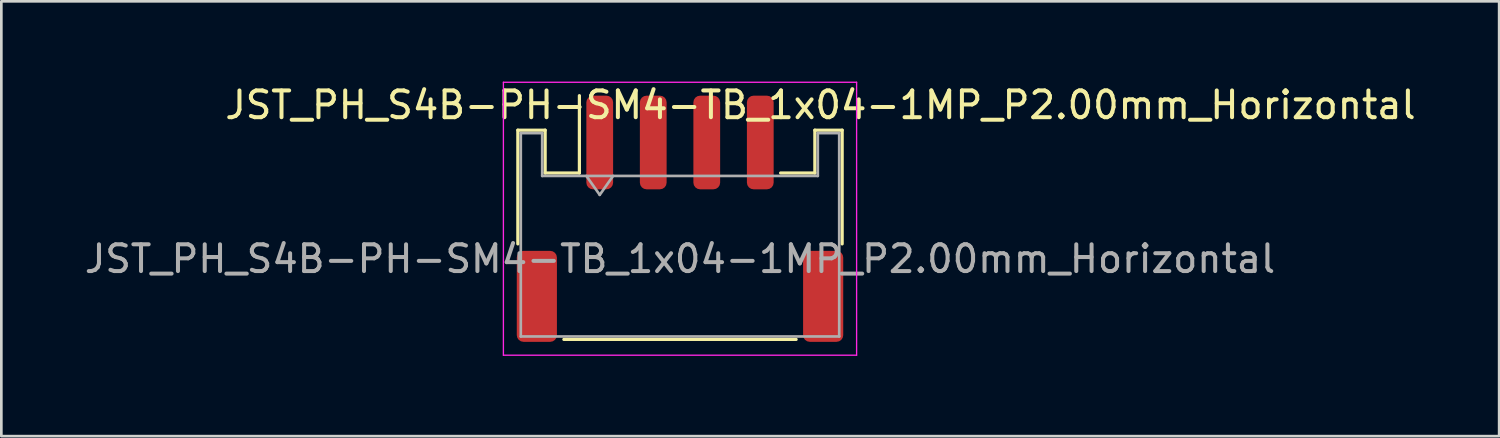
<source format=kicad_pcb>
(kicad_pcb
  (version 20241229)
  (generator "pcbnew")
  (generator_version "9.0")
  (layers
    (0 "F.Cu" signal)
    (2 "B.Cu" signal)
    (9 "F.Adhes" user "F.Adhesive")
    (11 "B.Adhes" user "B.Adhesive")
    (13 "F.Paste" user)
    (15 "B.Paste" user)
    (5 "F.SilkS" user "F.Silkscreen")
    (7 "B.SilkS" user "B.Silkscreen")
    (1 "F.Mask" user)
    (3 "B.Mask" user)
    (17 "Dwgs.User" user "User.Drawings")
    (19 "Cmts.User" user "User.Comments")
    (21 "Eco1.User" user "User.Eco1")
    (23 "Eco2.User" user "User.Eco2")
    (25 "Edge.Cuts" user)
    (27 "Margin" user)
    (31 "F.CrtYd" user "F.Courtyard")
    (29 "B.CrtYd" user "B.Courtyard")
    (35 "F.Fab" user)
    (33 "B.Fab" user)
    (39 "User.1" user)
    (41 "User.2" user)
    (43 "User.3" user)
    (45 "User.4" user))
  (footprint "JST_PH_S4B-PH-SM4-TB_1x04-1MP_P2.00mm_Horizontal"
    (layer "F.Cu")
    (at 22.363 5.125)
    (property "Reference" "JST_PH_S4B-PH-SM4-TB_1x04-1MP_P2.00mm_Horizontal" (at 5.25 -4.25 180) (layer "F.SilkS") (effects (font (size 1 1) (thickness 0.15))))
    (attr smd)
    (fp_line (start -6.06 -3.31) (end -5.04 -3.31) (stroke (width 0.12) (type solid)) (layer "F.SilkS"))
    (fp_line (start -6.06 0.94) (end -6.06 -3.31) (stroke (width 0.12) (type solid)) (layer "F.SilkS"))
    (fp_line (start -5.04 -3.31) (end -5.04 -1.71) (stroke (width 0.12) (type solid)) (layer "F.SilkS"))
    (fp_line (start -5.04 -1.71) (end -3.76 -1.71) (stroke (width 0.12) (type solid)) (layer "F.SilkS"))
    (fp_line (start -4.34 4.51) (end 4.34 4.51) (stroke (width 0.12) (type solid)) (layer "F.SilkS"))
    (fp_line (start -3.76 -1.71) (end -3.76 -4.6) (stroke (width 0.12) (type solid)) (layer "F.SilkS"))
    (fp_line (start 5.04 -3.31) (end 5.04 -1.71) (stroke (width 0.12) (type solid)) (layer "F.SilkS"))
    (fp_line (start 5.04 -1.71) (end 3.76 -1.71) (stroke (width 0.12) (type solid)) (layer "F.SilkS"))
    (fp_line (start 6.06 -3.31) (end 5.04 -3.31) (stroke (width 0.12) (type solid)) (layer "F.SilkS"))
    (fp_line (start 6.06 0.94) (end 6.06 -3.31) (stroke (width 0.12) (type solid)) (layer "F.SilkS"))
    (fp_line (start -6.6 -5.1) (end -6.6 5.1) (stroke (width 0.05) (type solid)) (layer "F.CrtYd"))
    (fp_line (start -6.6 5.1) (end 6.6 5.1) (stroke (width 0.05) (type solid)) (layer "F.CrtYd"))
    (fp_line (start 6.6 -5.1) (end -6.6 -5.1) (stroke (width 0.05) (type solid)) (layer "F.CrtYd"))
    (fp_line (start 6.6 5.1) (end 6.6 -5.1) (stroke (width 0.05) (type solid)) (layer "F.CrtYd"))
    (fp_line (start -5.95 -3.2) (end -5.95 4.4) (stroke (width 0.1) (type solid)) (layer "F.Fab"))
    (fp_line (start -5.95 -3.2) (end -5.15 -3.2) (stroke (width 0.1) (type solid)) (layer "F.Fab"))
    (fp_line (start -5.95 4.4) (end 5.95 4.4) (stroke (width 0.1) (type solid)) (layer "F.Fab"))
    (fp_line (start -5.15 -3.2) (end -5.15 -1.6) (stroke (width 0.1) (type solid)) (layer "F.Fab"))
    (fp_line (start -5.15 -1.6) (end 5.15 -1.6) (stroke (width 0.1) (type solid)) (layer "F.Fab"))
    (fp_line (start -3.5 -1.6) (end -3 -0.893) (stroke (width 0.1) (type solid)) (layer "F.Fab"))
    (fp_line (start -3 -0.893) (end -2.5 -1.6) (stroke (width 0.1) (type solid)) (layer "F.Fab"))
    (fp_line (start 5.15 -3.2) (end 5.95 -3.2) (stroke (width 0.1) (type solid)) (layer "F.Fab"))
    (fp_line (start 5.15 -1.6) (end 5.15 -3.2) (stroke (width 0.1) (type solid)) (layer "F.Fab"))
    (fp_line (start 5.95 -3.2) (end 5.95 4.4) (stroke (width 0.1) (type solid)) (layer "F.Fab"))
    (fp_text user "${REFERENCE}" (at 0 1.5 180) (layer "F.Fab") (effects (font (size 1 1) (thickness 0.15))))
    (pad "1" smd roundrect (at -3 -2.85) (size 1 3.5) (layers "F.Cu" "F.Mask" "F.Paste") (roundrect_rratio 0.25))
    (pad "2" smd roundrect (at -1 -2.85) (size 1 3.5) (layers "F.Cu" "F.Mask" "F.Paste") (roundrect_rratio 0.25))
    (pad "3" smd roundrect (at 1 -2.85) (size 1 3.5) (layers "F.Cu" "F.Mask" "F.Paste") (roundrect_rratio 0.25))
    (pad "4" smd roundrect (at 3 -2.85) (size 1 3.5) (layers "F.Cu" "F.Mask" "F.Paste") (roundrect_rratio 0.25))
    (pad "MP" smd roundrect (at -5.35 2.9) (size 1.5 3.4) (layers "F.Cu" "F.Mask" "F.Paste") (roundrect_rratio 0.167))
    (pad "MP" smd roundrect (at 5.35 2.9) (size 1.5 3.4) (layers "F.Cu" "F.Mask" "F.Paste") (roundrect_rratio 0.167)))
  (gr_rect
    (start -3 -3)
    (end 52.976 13.25)
    (stroke (width 0.1) (type default))
    (fill no)
    (layer "Edge.Cuts")))
</source>
